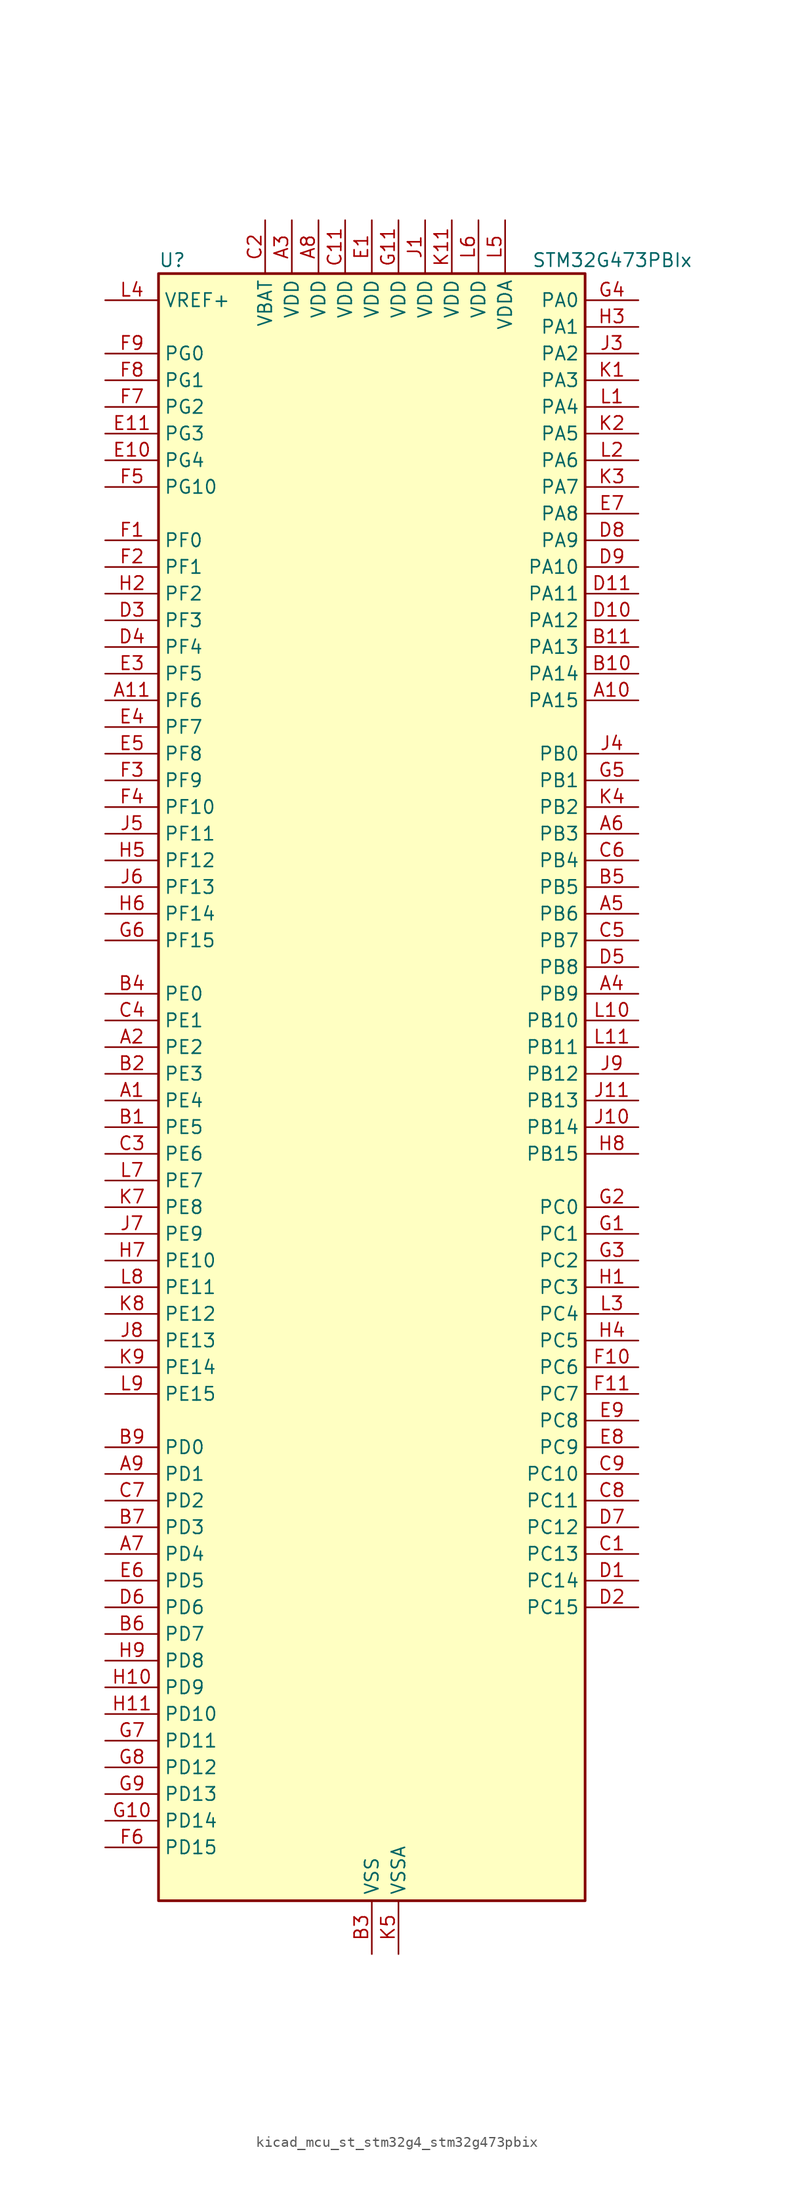
<source format=kicad_sym>
(kicad_symbol_lib
  (version 20220914)
  (generator kicad_symbol_editor)
  (symbol "kicad_mcu_st_stm32g4_stm32g473pbix"
    (property "Reference" "U"
      (at -20.32 80.01 0)
      (effects (font (size 1.27 1.27)) (justify left)))
    (property "Value" "STM32G473PBIx"
      (at 15.24 80.01 0)
      (effects (font (size 1.27 1.27)) (justify left)))
    (property "ki_locked" ""
      (at 0 0 0)
      (effects (font (size 1.27 1.27))))
    (symbol "kicad_mcu_st_stm32g4_stm32g473pbix_0_1"
      (rectangle (start -20.32 -76.2) (end 20.32 78.74) (stroke (width 0.254) (type default)) (fill (type background))))
    (symbol "kicad_mcu_st_stm32g4_stm32g473pbix_1_1"
      (pin bidirectional line (at -25.4 0 0) (length 5.08) (name "PE4" (effects (font (size 1.27 1.27)))) (number "A1" (effects (font (size 1.27 1.27)))) (alternate "FMC_A20" bidirectional line) (alternate "SAI1_D2" bidirectional line) (alternate "SAI1_FS_A" bidirectional line) (alternate "SPI4_NSS" bidirectional line) (alternate "SYS_TRACED1" bidirectional line) (alternate "TIM20_CH1N" bidirectional line) (alternate "TIM3_CH3" bidirectional line))
      (pin bidirectional line (at 25.4 38.1 180) (length 5.08) (name "PA15" (effects (font (size 1.27 1.27)))) (number "A10" (effects (font (size 1.27 1.27)))) (alternate "ADC1_EXTI15" bidirectional line) (alternate "ADC2_EXTI15" bidirectional line) (alternate "FDCAN3_TX" bidirectional line) (alternate "I2C1_SCL" bidirectional line) (alternate "I2S3_WS" bidirectional line) (alternate "SPI1_NSS" bidirectional line) (alternate "SPI3_NSS" bidirectional line) (alternate "SYS_JTDI" bidirectional line) (alternate "TIM1_BKIN" bidirectional line) (alternate "TIM2_CH1" bidirectional line) (alternate "TIM2_ETR" bidirectional line) (alternate "TIM8_CH1" bidirectional line) (alternate "UART4_DE" bidirectional line) (alternate "UART4_RTS" bidirectional line) (alternate "USART2_RX" bidirectional line))
      (pin bidirectional line (at -25.4 38.1 0) (length 5.08) (name "PF6" (effects (font (size 1.27 1.27)))) (number "A11" (effects (font (size 1.27 1.27)))) (alternate "I2C2_SCL" bidirectional line) (alternate "QUADSPI1_BK1_IO3" bidirectional line) (alternate "SAI1_SD_B" bidirectional line) (alternate "TIM4_CH4" bidirectional line) (alternate "TIM5_CH1" bidirectional line) (alternate "TIM5_ETR" bidirectional line) (alternate "USART3_RTS" bidirectional line))
      (pin bidirectional line (at -25.4 5.08 0) (length 5.08) (name "PE2" (effects (font (size 1.27 1.27)))) (number "A2" (effects (font (size 1.27 1.27)))) (alternate "ADC3_EXTI2" bidirectional line) (alternate "ADC4_EXTI2" bidirectional line) (alternate "ADC5_EXTI2" bidirectional line) (alternate "FMC_A23" bidirectional line) (alternate "SAI1_CK1" bidirectional line) (alternate "SAI1_MCLK_A" bidirectional line) (alternate "SPI4_SCK" bidirectional line) (alternate "SYS_TRACECLK" bidirectional line) (alternate "TIM20_CH1" bidirectional line) (alternate "TIM3_CH1" bidirectional line))
      (pin power_in line (at -7.62 83.82 270) (length 5.08) (name "VDD" (effects (font (size 1.27 1.27)))) (number "A3" (effects (font (size 1.27 1.27)))))
      (pin bidirectional line (at 25.4 10.16 180) (length 5.08) (name "PB9" (effects (font (size 1.27 1.27)))) (number "A4" (effects (font (size 1.27 1.27)))) (alternate "COMP2_OUT" bidirectional line) (alternate "DAC1_EXTI9" bidirectional line) (alternate "DAC2_EXTI9" bidirectional line) (alternate "DAC3_EXTI9" bidirectional line) (alternate "DAC4_EXTI9" bidirectional line) (alternate "FDCAN1_TX" bidirectional line) (alternate "I2C1_SDA" bidirectional line) (alternate "IR_OUT" bidirectional line) (alternate "SAI1_D2" bidirectional line) (alternate "SAI1_FS_A" bidirectional line) (alternate "TIM17_CH1" bidirectional line) (alternate "TIM1_CH3N" bidirectional line) (alternate "TIM4_CH4" bidirectional line) (alternate "TIM8_CH3" bidirectional line) (alternate "USART3_TX" bidirectional line))
      (pin bidirectional line (at 25.4 17.78 180) (length 5.08) (name "PB6" (effects (font (size 1.27 1.27)))) (number "A5" (effects (font (size 1.27 1.27)))) (alternate "COMP4_OUT" bidirectional line) (alternate "FDCAN2_TX" bidirectional line) (alternate "LPTIM1_ETR" bidirectional line) (alternate "SAI1_FS_B" bidirectional line) (alternate "TIM16_CH1N" bidirectional line) (alternate "TIM4_CH1" bidirectional line) (alternate "TIM8_BKIN2" bidirectional line) (alternate "TIM8_CH1" bidirectional line) (alternate "TIM8_ETR" bidirectional line) (alternate "UCPD1_CC1" bidirectional line) (alternate "USART1_TX" bidirectional line))
      (pin bidirectional line (at 25.4 25.4 180) (length 5.08) (name "PB3" (effects (font (size 1.27 1.27)))) (number "A6" (effects (font (size 1.27 1.27)))) (alternate "ADC3_EXTI3" bidirectional line) (alternate "ADC4_EXTI3" bidirectional line) (alternate "ADC5_EXTI3" bidirectional line) (alternate "CRS_SYNC" bidirectional line) (alternate "FDCAN3_RX" bidirectional line) (alternate "I2S3_CK" bidirectional line) (alternate "SAI1_SCK_B" bidirectional line) (alternate "SPI1_SCK" bidirectional line) (alternate "SPI3_SCK" bidirectional line) (alternate "SYS_JTDO-SWO" bidirectional line) (alternate "TIM2_CH2" bidirectional line) (alternate "TIM3_ETR" bidirectional line) (alternate "TIM4_ETR" bidirectional line) (alternate "TIM8_CH1N" bidirectional line) (alternate "USART2_TX" bidirectional line))
      (pin bidirectional line (at -25.4 -43.18 0) (length 5.08) (name "PD4" (effects (font (size 1.27 1.27)))) (number "A7" (effects (font (size 1.27 1.27)))) (alternate "FMC_NOE" bidirectional line) (alternate "QUADSPI1_BK2_IO0" bidirectional line) (alternate "TIM2_CH2" bidirectional line) (alternate "USART2_DE" bidirectional line) (alternate "USART2_RTS" bidirectional line))
      (pin power_in line (at -5.08 83.82 270) (length 5.08) (name "VDD" (effects (font (size 1.27 1.27)))) (number "A8" (effects (font (size 1.27 1.27)))))
      (pin bidirectional line (at -25.4 -35.56 0) (length 5.08) (name "PD1" (effects (font (size 1.27 1.27)))) (number "A9" (effects (font (size 1.27 1.27)))) (alternate "FDCAN1_TX" bidirectional line) (alternate "FMC_D3" bidirectional line) (alternate "FMC_DA3" bidirectional line) (alternate "TIM8_BKIN2" bidirectional line) (alternate "TIM8_CH4" bidirectional line))
      (pin bidirectional line (at -25.4 -2.54 0) (length 5.08) (name "PE5" (effects (font (size 1.27 1.27)))) (number "B1" (effects (font (size 1.27 1.27)))) (alternate "FMC_A21" bidirectional line) (alternate "SAI1_CK2" bidirectional line) (alternate "SAI1_SCK_A" bidirectional line) (alternate "SPI4_MISO" bidirectional line) (alternate "SYS_TRACED2" bidirectional line) (alternate "TIM20_CH2N" bidirectional line) (alternate "TIM3_CH4" bidirectional line))
      (pin bidirectional line (at 25.4 40.64 180) (length 5.08) (name "PA14" (effects (font (size 1.27 1.27)))) (number "B10" (effects (font (size 1.27 1.27)))) (alternate "I2C1_SDA" bidirectional line) (alternate "I2C4_SMBA" bidirectional line) (alternate "LPTIM1_OUT" bidirectional line) (alternate "SAI1_FS_B" bidirectional line) (alternate "SYS_JTCK-SWCLK" bidirectional line) (alternate "TIM1_BKIN" bidirectional line) (alternate "TIM8_CH2" bidirectional line) (alternate "USART2_TX" bidirectional line))
      (pin bidirectional line (at 25.4 43.18 180) (length 5.08) (name "PA13" (effects (font (size 1.27 1.27)))) (number "B11" (effects (font (size 1.27 1.27)))) (alternate "I2C1_SCL" bidirectional line) (alternate "I2C4_SCL" bidirectional line) (alternate "IR_OUT" bidirectional line) (alternate "SAI1_SD_B" bidirectional line) (alternate "SYS_JTMS-SWDIO" bidirectional line) (alternate "TIM16_CH1N" bidirectional line) (alternate "TIM4_CH3" bidirectional line) (alternate "USART3_CTS" bidirectional line) (alternate "USART3_NSS" bidirectional line))
      (pin bidirectional line (at -25.4 2.54 0) (length 5.08) (name "PE3" (effects (font (size 1.27 1.27)))) (number "B2" (effects (font (size 1.27 1.27)))) (alternate "ADC3_EXTI3" bidirectional line) (alternate "ADC4_EXTI3" bidirectional line) (alternate "ADC5_EXTI3" bidirectional line) (alternate "FMC_A19" bidirectional line) (alternate "SAI1_SD_B" bidirectional line) (alternate "SPI4_NSS" bidirectional line) (alternate "SYS_TRACED0" bidirectional line) (alternate "TIM20_CH2" bidirectional line) (alternate "TIM3_CH2" bidirectional line))
      (pin power_in line (at 0 -81.28 90) (length 5.08) (name "VSS" (effects (font (size 1.27 1.27)))) (number "B3" (effects (font (size 1.27 1.27)))))
      (pin bidirectional line (at -25.4 10.16 0) (length 5.08) (name "PE0" (effects (font (size 1.27 1.27)))) (number "B4" (effects (font (size 1.27 1.27)))) (alternate "FMC_NBL0" bidirectional line) (alternate "TIM16_CH1" bidirectional line) (alternate "TIM20_CH4N" bidirectional line) (alternate "TIM20_ETR" bidirectional line) (alternate "TIM4_ETR" bidirectional line) (alternate "USART1_TX" bidirectional line))
      (pin bidirectional line (at 25.4 20.32 180) (length 5.08) (name "PB5" (effects (font (size 1.27 1.27)))) (number "B5" (effects (font (size 1.27 1.27)))) (alternate "FDCAN2_RX" bidirectional line) (alternate "I2C1_SMBA" bidirectional line) (alternate "I2C3_SDA" bidirectional line) (alternate "I2S3_SD" bidirectional line) (alternate "LPTIM1_IN1" bidirectional line) (alternate "SAI1_SD_B" bidirectional line) (alternate "SPI1_MOSI" bidirectional line) (alternate "SPI3_MOSI" bidirectional line) (alternate "TIM16_BKIN" bidirectional line) (alternate "TIM17_CH1" bidirectional line) (alternate "TIM3_CH2" bidirectional line) (alternate "TIM8_CH3N" bidirectional line) (alternate "UART5_CTS" bidirectional line) (alternate "USART2_CK" bidirectional line))
      (pin bidirectional line (at -25.4 -50.8 0) (length 5.08) (name "PD7" (effects (font (size 1.27 1.27)))) (number "B6" (effects (font (size 1.27 1.27)))) (alternate "FMC_NCE" bidirectional line) (alternate "FMC_NE1" bidirectional line) (alternate "QUADSPI1_BK2_IO3" bidirectional line) (alternate "TIM2_CH3" bidirectional line) (alternate "USART2_CK" bidirectional line))
      (pin bidirectional line (at -25.4 -40.64 0) (length 5.08) (name "PD3" (effects (font (size 1.27 1.27)))) (number "B7" (effects (font (size 1.27 1.27)))) (alternate "ADC3_EXTI3" bidirectional line) (alternate "ADC4_EXTI3" bidirectional line) (alternate "ADC5_EXTI3" bidirectional line) (alternate "FMC_CLK" bidirectional line) (alternate "QUADSPI1_BK2_NCS" bidirectional line) (alternate "TIM2_CH1" bidirectional line) (alternate "TIM2_ETR" bidirectional line) (alternate "USART2_CTS" bidirectional line) (alternate "USART2_NSS" bidirectional line))
      (pin passive line (at 0 -81.28 90) (length 5.08) hide (name "VSS" (effects (font (size 1.27 1.27)))) (number "B8" (effects (font (size 1.27 1.27)))))
      (pin bidirectional line (at -25.4 -33.02 0) (length 5.08) (name "PD0" (effects (font (size 1.27 1.27)))) (number "B9" (effects (font (size 1.27 1.27)))) (alternate "FDCAN1_RX" bidirectional line) (alternate "FMC_D2" bidirectional line) (alternate "FMC_DA2" bidirectional line) (alternate "TIM8_CH4N" bidirectional line))
      (pin bidirectional line (at 25.4 -43.18 180) (length 5.08) (name "PC13" (effects (font (size 1.27 1.27)))) (number "C1" (effects (font (size 1.27 1.27)))) (alternate "RTC_OUT1" bidirectional line) (alternate "RTC_TAMP1" bidirectional line) (alternate "RTC_TS" bidirectional line) (alternate "SYS_WKUP2" bidirectional line) (alternate "TIM1_BKIN" bidirectional line) (alternate "TIM1_CH1N" bidirectional line) (alternate "TIM8_CH4N" bidirectional line))
      (pin passive line (at 0 -81.28 90) (length 5.08) hide (name "VSS" (effects (font (size 1.27 1.27)))) (number "C10" (effects (font (size 1.27 1.27)))))
      (pin power_in line (at -2.54 83.82 270) (length 5.08) (name "VDD" (effects (font (size 1.27 1.27)))) (number "C11" (effects (font (size 1.27 1.27)))))
      (pin power_in line (at -10.16 83.82 270) (length 5.08) (name "VBAT" (effects (font (size 1.27 1.27)))) (number "C2" (effects (font (size 1.27 1.27)))))
      (pin bidirectional line (at -25.4 -5.08 0) (length 5.08) (name "PE6" (effects (font (size 1.27 1.27)))) (number "C3" (effects (font (size 1.27 1.27)))) (alternate "FMC_A22" bidirectional line) (alternate "RTC_TAMP3" bidirectional line) (alternate "SAI1_D1" bidirectional line) (alternate "SAI1_SD_A" bidirectional line) (alternate "SPI4_MOSI" bidirectional line) (alternate "SYS_TRACED3" bidirectional line) (alternate "SYS_WKUP3" bidirectional line) (alternate "TIM20_CH3N" bidirectional line))
      (pin bidirectional line (at -25.4 7.62 0) (length 5.08) (name "PE1" (effects (font (size 1.27 1.27)))) (number "C4" (effects (font (size 1.27 1.27)))) (alternate "FMC_NBL1" bidirectional line) (alternate "TIM17_CH1" bidirectional line) (alternate "TIM20_CH4" bidirectional line) (alternate "USART1_RX" bidirectional line))
      (pin bidirectional line (at 25.4 15.24 180) (length 5.08) (name "PB7" (effects (font (size 1.27 1.27)))) (number "C5" (effects (font (size 1.27 1.27)))) (alternate "COMP3_OUT" bidirectional line) (alternate "FMC_NL" bidirectional line) (alternate "I2C1_SDA" bidirectional line) (alternate "I2C4_SDA" bidirectional line) (alternate "LPTIM1_IN2" bidirectional line) (alternate "SYS_PVD_IN" bidirectional line) (alternate "TIM17_CH1N" bidirectional line) (alternate "TIM3_CH4" bidirectional line) (alternate "TIM4_CH2" bidirectional line) (alternate "TIM8_BKIN" bidirectional line) (alternate "UART4_CTS" bidirectional line) (alternate "USART1_RX" bidirectional line))
      (pin bidirectional line (at 25.4 22.86 180) (length 5.08) (name "PB4" (effects (font (size 1.27 1.27)))) (number "C6" (effects (font (size 1.27 1.27)))) (alternate "FDCAN3_TX" bidirectional line) (alternate "SAI1_MCLK_B" bidirectional line) (alternate "SPI1_MISO" bidirectional line) (alternate "SPI3_MISO" bidirectional line) (alternate "SYS_JTRST" bidirectional line) (alternate "TIM16_CH1" bidirectional line) (alternate "TIM17_BKIN" bidirectional line) (alternate "TIM3_CH1" bidirectional line) (alternate "TIM8_CH2N" bidirectional line) (alternate "UART5_DE" bidirectional line) (alternate "UART5_RTS" bidirectional line) (alternate "UCPD1_CC2" bidirectional line) (alternate "USART2_RX" bidirectional line))
      (pin bidirectional line (at -25.4 -38.1 0) (length 5.08) (name "PD2" (effects (font (size 1.27 1.27)))) (number "C7" (effects (font (size 1.27 1.27)))) (alternate "ADC3_EXTI2" bidirectional line) (alternate "ADC4_EXTI2" bidirectional line) (alternate "ADC5_EXTI2" bidirectional line) (alternate "TIM3_ETR" bidirectional line) (alternate "TIM8_BKIN" bidirectional line) (alternate "UART5_RX" bidirectional line))
      (pin bidirectional line (at 25.4 -38.1 180) (length 5.08) (name "PC11" (effects (font (size 1.27 1.27)))) (number "C8" (effects (font (size 1.27 1.27)))) (alternate "ADC1_EXTI11" bidirectional line) (alternate "ADC2_EXTI11" bidirectional line) (alternate "I2C3_SDA" bidirectional line) (alternate "SPI3_MISO" bidirectional line) (alternate "TIM8_CH2N" bidirectional line) (alternate "UART4_RX" bidirectional line) (alternate "USART3_RX" bidirectional line))
      (pin bidirectional line (at 25.4 -35.56 180) (length 5.08) (name "PC10" (effects (font (size 1.27 1.27)))) (number "C9" (effects (font (size 1.27 1.27)))) (alternate "DAC1_EXTI10" bidirectional line) (alternate "DAC2_EXTI10" bidirectional line) (alternate "DAC3_EXTI10" bidirectional line) (alternate "DAC4_EXTI10" bidirectional line) (alternate "I2S3_CK" bidirectional line) (alternate "SPI3_SCK" bidirectional line) (alternate "TIM8_CH1N" bidirectional line) (alternate "UART4_TX" bidirectional line) (alternate "USART3_TX" bidirectional line))
      (pin bidirectional line (at 25.4 -45.72 180) (length 5.08) (name "PC14" (effects (font (size 1.27 1.27)))) (number "D1" (effects (font (size 1.27 1.27)))) (alternate "RCC_OSC32_IN" bidirectional line))
      (pin bidirectional line (at 25.4 45.72 180) (length 5.08) (name "PA12" (effects (font (size 1.27 1.27)))) (number "D10" (effects (font (size 1.27 1.27)))) (alternate "COMP2_OUT" bidirectional line) (alternate "FDCAN1_TX" bidirectional line) (alternate "I2S_CKIN" bidirectional line) (alternate "TIM16_CH1" bidirectional line) (alternate "TIM1_CH2N" bidirectional line) (alternate "TIM1_ETR" bidirectional line) (alternate "TIM4_CH2" bidirectional line) (alternate "USART1_DE" bidirectional line) (alternate "USART1_RTS" bidirectional line) (alternate "USB_DP" bidirectional line))
      (pin bidirectional line (at 25.4 48.26 180) (length 5.08) (name "PA11" (effects (font (size 1.27 1.27)))) (number "D11" (effects (font (size 1.27 1.27)))) (alternate "ADC1_EXTI11" bidirectional line) (alternate "ADC2_EXTI11" bidirectional line) (alternate "COMP1_OUT" bidirectional line) (alternate "FDCAN1_RX" bidirectional line) (alternate "I2S2_SD" bidirectional line) (alternate "SPI2_MOSI" bidirectional line) (alternate "TIM1_BKIN2" bidirectional line) (alternate "TIM1_CH1N" bidirectional line) (alternate "TIM1_CH4" bidirectional line) (alternate "TIM4_CH1" bidirectional line) (alternate "USART1_CTS" bidirectional line) (alternate "USART1_NSS" bidirectional line) (alternate "USB_DM" bidirectional line))
      (pin bidirectional line (at 25.4 -48.26 180) (length 5.08) (name "PC15" (effects (font (size 1.27 1.27)))) (number "D2" (effects (font (size 1.27 1.27)))) (alternate "ADC1_EXTI15" bidirectional line) (alternate "ADC2_EXTI15" bidirectional line) (alternate "RCC_OSC32_OUT" bidirectional line))
      (pin bidirectional line (at -25.4 45.72 0) (length 5.08) (name "PF3" (effects (font (size 1.27 1.27)))) (number "D3" (effects (font (size 1.27 1.27)))) (alternate "ADC3_EXTI3" bidirectional line) (alternate "ADC4_EXTI3" bidirectional line) (alternate "ADC5_EXTI3" bidirectional line) (alternate "FMC_A3" bidirectional line) (alternate "I2C3_SCL" bidirectional line) (alternate "TIM20_CH4" bidirectional line))
      (pin bidirectional line (at -25.4 43.18 0) (length 5.08) (name "PF4" (effects (font (size 1.27 1.27)))) (number "D4" (effects (font (size 1.27 1.27)))) (alternate "COMP1_OUT" bidirectional line) (alternate "FMC_A4" bidirectional line) (alternate "I2C3_SDA" bidirectional line) (alternate "TIM20_CH1N" bidirectional line))
      (pin bidirectional line (at 25.4 12.7 180) (length 5.08) (name "PB8" (effects (font (size 1.27 1.27)))) (number "D5" (effects (font (size 1.27 1.27)))) (alternate "COMP1_OUT" bidirectional line) (alternate "FDCAN1_RX" bidirectional line) (alternate "I2C1_SCL" bidirectional line) (alternate "SAI1_CK1" bidirectional line) (alternate "SAI1_MCLK_A" bidirectional line) (alternate "TIM16_CH1" bidirectional line) (alternate "TIM1_BKIN" bidirectional line) (alternate "TIM4_CH3" bidirectional line) (alternate "TIM8_CH2" bidirectional line) (alternate "USART3_RX" bidirectional line))
      (pin bidirectional line (at -25.4 -48.26 0) (length 5.08) (name "PD6" (effects (font (size 1.27 1.27)))) (number "D6" (effects (font (size 1.27 1.27)))) (alternate "FMC_NWAIT" bidirectional line) (alternate "QUADSPI1_BK2_IO2" bidirectional line) (alternate "SAI1_D1" bidirectional line) (alternate "SAI1_SD_A" bidirectional line) (alternate "TIM2_CH4" bidirectional line) (alternate "USART2_RX" bidirectional line))
      (pin bidirectional line (at 25.4 -40.64 180) (length 5.08) (name "PC12" (effects (font (size 1.27 1.27)))) (number "D7" (effects (font (size 1.27 1.27)))) (alternate "I2S3_SD" bidirectional line) (alternate "SPI3_MOSI" bidirectional line) (alternate "TIM5_CH2" bidirectional line) (alternate "TIM8_CH3N" bidirectional line) (alternate "UART5_TX" bidirectional line) (alternate "UCPD1_FRSTX1" bidirectional line) (alternate "UCPD1_FRSTX2" bidirectional line) (alternate "USART3_CK" bidirectional line))
      (pin bidirectional line (at 25.4 53.34 180) (length 5.08) (name "PA9" (effects (font (size 1.27 1.27)))) (number "D8" (effects (font (size 1.27 1.27)))) (alternate "ADC5_IN2" bidirectional line) (alternate "COMP5_OUT" bidirectional line) (alternate "DAC1_EXTI9" bidirectional line) (alternate "DAC2_EXTI9" bidirectional line) (alternate "DAC3_EXTI9" bidirectional line) (alternate "DAC4_EXTI9" bidirectional line) (alternate "I2C2_SCL" bidirectional line) (alternate "I2C3_SMBA" bidirectional line) (alternate "I2S3_MCK" bidirectional line) (alternate "SAI1_FS_A" bidirectional line) (alternate "TIM15_BKIN" bidirectional line) (alternate "TIM1_CH2" bidirectional line) (alternate "TIM2_CH3" bidirectional line) (alternate "UCPD1_DBCC1" bidirectional line) (alternate "USART1_TX" bidirectional line))
      (pin bidirectional line (at 25.4 50.8 180) (length 5.08) (name "PA10" (effects (font (size 1.27 1.27)))) (number "D9" (effects (font (size 1.27 1.27)))) (alternate "COMP6_OUT" bidirectional line) (alternate "CRS_SYNC" bidirectional line) (alternate "DAC1_EXTI10" bidirectional line) (alternate "DAC2_EXTI10" bidirectional line) (alternate "DAC3_EXTI10" bidirectional line) (alternate "DAC4_EXTI10" bidirectional line) (alternate "I2C2_SMBA" bidirectional line) (alternate "SAI1_D1" bidirectional line) (alternate "SAI1_SD_A" bidirectional line) (alternate "SPI2_MISO" bidirectional line) (alternate "TIM17_BKIN" bidirectional line) (alternate "TIM1_CH3" bidirectional line) (alternate "TIM2_CH4" bidirectional line) (alternate "TIM8_BKIN" bidirectional line) (alternate "UCPD1_DBCC2" bidirectional line) (alternate "USART1_RX" bidirectional line))
      (pin power_in line (at 0 83.82 270) (length 5.08) (name "VDD" (effects (font (size 1.27 1.27)))) (number "E1" (effects (font (size 1.27 1.27)))))
      (pin bidirectional line (at -25.4 60.96 0) (length 5.08) (name "PG4" (effects (font (size 1.27 1.27)))) (number "E10" (effects (font (size 1.27 1.27)))) (alternate "FMC_A14" bidirectional line) (alternate "I2C4_SDA" bidirectional line) (alternate "SPI1_MOSI" bidirectional line) (alternate "TIM20_BKIN2" bidirectional line))
      (pin bidirectional line (at -25.4 63.5 0) (length 5.08) (name "PG3" (effects (font (size 1.27 1.27)))) (number "E11" (effects (font (size 1.27 1.27)))) (alternate "ADC3_EXTI3" bidirectional line) (alternate "ADC4_EXTI3" bidirectional line) (alternate "ADC5_EXTI3" bidirectional line) (alternate "FMC_A13" bidirectional line) (alternate "I2C4_SCL" bidirectional line) (alternate "SPI1_MISO" bidirectional line) (alternate "TIM20_BKIN" bidirectional line) (alternate "TIM20_CH4N" bidirectional line))
      (pin passive line (at 0 -81.28 90) (length 5.08) hide (name "VSS" (effects (font (size 1.27 1.27)))) (number "E2" (effects (font (size 1.27 1.27)))))
      (pin bidirectional line (at -25.4 40.64 0) (length 5.08) (name "PF5" (effects (font (size 1.27 1.27)))) (number "E3" (effects (font (size 1.27 1.27)))) (alternate "FMC_A5" bidirectional line) (alternate "TIM20_CH2N" bidirectional line))
      (pin bidirectional line (at -25.4 35.56 0) (length 5.08) (name "PF7" (effects (font (size 1.27 1.27)))) (number "E4" (effects (font (size 1.27 1.27)))) (alternate "FMC_A1" bidirectional line) (alternate "QUADSPI1_BK1_IO2" bidirectional line) (alternate "SAI1_MCLK_B" bidirectional line) (alternate "TIM20_BKIN" bidirectional line) (alternate "TIM5_CH2" bidirectional line))
      (pin bidirectional line (at -25.4 33.02 0) (length 5.08) (name "PF8" (effects (font (size 1.27 1.27)))) (number "E5" (effects (font (size 1.27 1.27)))) (alternate "FMC_A24" bidirectional line) (alternate "QUADSPI1_BK1_IO0" bidirectional line) (alternate "SAI1_SCK_B" bidirectional line) (alternate "TIM20_BKIN2" bidirectional line) (alternate "TIM5_CH3" bidirectional line))
      (pin bidirectional line (at -25.4 -45.72 0) (length 5.08) (name "PD5" (effects (font (size 1.27 1.27)))) (number "E6" (effects (font (size 1.27 1.27)))) (alternate "FMC_NWE" bidirectional line) (alternate "QUADSPI1_BK2_IO1" bidirectional line) (alternate "USART2_TX" bidirectional line))
      (pin bidirectional line (at 25.4 55.88 180) (length 5.08) (name "PA8" (effects (font (size 1.27 1.27)))) (number "E7" (effects (font (size 1.27 1.27)))) (alternate "ADC5_IN1" bidirectional line) (alternate "COMP7_OUT" bidirectional line) (alternate "FDCAN3_RX" bidirectional line) (alternate "I2C2_SDA" bidirectional line) (alternate "I2C3_SCL" bidirectional line) (alternate "I2S2_MCK" bidirectional line) (alternate "OPAMP5_VOUT" bidirectional line) (alternate "RCC_MCO" bidirectional line) (alternate "SAI1_CK2" bidirectional line) (alternate "SAI1_SCK_A" bidirectional line) (alternate "TIM1_CH1" bidirectional line) (alternate "TIM4_ETR" bidirectional line) (alternate "USART1_CK" bidirectional line))
      (pin bidirectional line (at 25.4 -33.02 180) (length 5.08) (name "PC9" (effects (font (size 1.27 1.27)))) (number "E8" (effects (font (size 1.27 1.27)))) (alternate "DAC1_EXTI9" bidirectional line) (alternate "DAC2_EXTI9" bidirectional line) (alternate "DAC3_EXTI9" bidirectional line) (alternate "DAC4_EXTI9" bidirectional line) (alternate "I2C3_SDA" bidirectional line) (alternate "I2S_CKIN" bidirectional line) (alternate "TIM3_CH4" bidirectional line) (alternate "TIM8_BKIN2" bidirectional line) (alternate "TIM8_CH4" bidirectional line))
      (pin bidirectional line (at 25.4 -30.48 180) (length 5.08) (name "PC8" (effects (font (size 1.27 1.27)))) (number "E9" (effects (font (size 1.27 1.27)))) (alternate "COMP7_OUT" bidirectional line) (alternate "I2C3_SCL" bidirectional line) (alternate "TIM20_CH3" bidirectional line) (alternate "TIM3_CH3" bidirectional line) (alternate "TIM8_CH3" bidirectional line))
      (pin bidirectional line (at -25.4 53.34 0) (length 5.08) (name "PF0" (effects (font (size 1.27 1.27)))) (number "F1" (effects (font (size 1.27 1.27)))) (alternate "ADC1_IN10" bidirectional line) (alternate "I2C2_SDA" bidirectional line) (alternate "I2S2_WS" bidirectional line) (alternate "RCC_OSC_IN" bidirectional line) (alternate "SPI2_NSS" bidirectional line) (alternate "TIM1_CH3N" bidirectional line))
      (pin bidirectional line (at 25.4 -25.4 180) (length 5.08) (name "PC6" (effects (font (size 1.27 1.27)))) (number "F10" (effects (font (size 1.27 1.27)))) (alternate "COMP6_OUT" bidirectional line) (alternate "I2C4_SCL" bidirectional line) (alternate "I2S2_MCK" bidirectional line) (alternate "TIM3_CH1" bidirectional line) (alternate "TIM8_CH1" bidirectional line))
      (pin bidirectional line (at 25.4 -27.94 180) (length 5.08) (name "PC7" (effects (font (size 1.27 1.27)))) (number "F11" (effects (font (size 1.27 1.27)))) (alternate "COMP5_OUT" bidirectional line) (alternate "I2C4_SDA" bidirectional line) (alternate "I2S3_MCK" bidirectional line) (alternate "TIM3_CH2" bidirectional line) (alternate "TIM8_CH2" bidirectional line))
      (pin bidirectional line (at -25.4 50.8 0) (length 5.08) (name "PF1" (effects (font (size 1.27 1.27)))) (number "F2" (effects (font (size 1.27 1.27)))) (alternate "ADC2_IN10" bidirectional line) (alternate "COMP3_INM" bidirectional line) (alternate "I2S2_CK" bidirectional line) (alternate "RCC_OSC_OUT" bidirectional line) (alternate "SPI2_SCK" bidirectional line))
      (pin bidirectional line (at -25.4 30.48 0) (length 5.08) (name "PF9" (effects (font (size 1.27 1.27)))) (number "F3" (effects (font (size 1.27 1.27)))) (alternate "DAC1_EXTI9" bidirectional line) (alternate "DAC2_EXTI9" bidirectional line) (alternate "DAC3_EXTI9" bidirectional line) (alternate "DAC4_EXTI9" bidirectional line) (alternate "FMC_A25" bidirectional line) (alternate "QUADSPI1_BK1_IO1" bidirectional line) (alternate "SAI1_FS_B" bidirectional line) (alternate "SPI2_SCK" bidirectional line) (alternate "TIM15_CH1" bidirectional line) (alternate "TIM20_BKIN" bidirectional line) (alternate "TIM5_CH4" bidirectional line))
      (pin bidirectional line (at -25.4 27.94 0) (length 5.08) (name "PF10" (effects (font (size 1.27 1.27)))) (number "F4" (effects (font (size 1.27 1.27)))) (alternate "DAC1_EXTI10" bidirectional line) (alternate "DAC2_EXTI10" bidirectional line) (alternate "DAC3_EXTI10" bidirectional line) (alternate "DAC4_EXTI10" bidirectional line) (alternate "FMC_A0" bidirectional line) (alternate "QUADSPI1_CLK" bidirectional line) (alternate "SAI1_D3" bidirectional line) (alternate "SPI2_SCK" bidirectional line) (alternate "TIM15_CH2" bidirectional line) (alternate "TIM20_BKIN2" bidirectional line))
      (pin bidirectional line (at -25.4 58.42 0) (length 5.08) (name "PG10" (effects (font (size 1.27 1.27)))) (number "F5" (effects (font (size 1.27 1.27)))) (alternate "DAC1_EXTI10" bidirectional line) (alternate "DAC2_EXTI10" bidirectional line) (alternate "DAC3_EXTI10" bidirectional line) (alternate "DAC4_EXTI10" bidirectional line) (alternate "RCC_MCO" bidirectional line))
      (pin bidirectional line (at -25.4 -71.12 0) (length 5.08) (name "PD15" (effects (font (size 1.27 1.27)))) (number "F6" (effects (font (size 1.27 1.27)))) (alternate "ADC1_EXTI15" bidirectional line) (alternate "ADC2_EXTI15" bidirectional line) (alternate "COMP7_INM" bidirectional line) (alternate "FMC_D1" bidirectional line) (alternate "FMC_DA1" bidirectional line) (alternate "SPI2_NSS" bidirectional line) (alternate "TIM4_CH4" bidirectional line))
      (pin bidirectional line (at -25.4 66.04 0) (length 5.08) (name "PG2" (effects (font (size 1.27 1.27)))) (number "F7" (effects (font (size 1.27 1.27)))) (alternate "ADC3_EXTI2" bidirectional line) (alternate "ADC4_EXTI2" bidirectional line) (alternate "ADC5_EXTI2" bidirectional line) (alternate "FMC_A12" bidirectional line) (alternate "SPI1_SCK" bidirectional line) (alternate "TIM20_CH3N" bidirectional line))
      (pin bidirectional line (at -25.4 68.58 0) (length 5.08) (name "PG1" (effects (font (size 1.27 1.27)))) (number "F8" (effects (font (size 1.27 1.27)))) (alternate "FMC_A11" bidirectional line) (alternate "TIM20_CH2N" bidirectional line))
      (pin bidirectional line (at -25.4 71.12 0) (length 5.08) (name "PG0" (effects (font (size 1.27 1.27)))) (number "F9" (effects (font (size 1.27 1.27)))) (alternate "FMC_A10" bidirectional line) (alternate "TIM20_CH1N" bidirectional line))
      (pin bidirectional line (at 25.4 -12.7 180) (length 5.08) (name "PC1" (effects (font (size 1.27 1.27)))) (number "G1" (effects (font (size 1.27 1.27)))) (alternate "ADC1_IN7" bidirectional line) (alternate "ADC2_IN7" bidirectional line) (alternate "COMP3_INP" bidirectional line) (alternate "LPTIM1_OUT" bidirectional line) (alternate "LPUART1_TX" bidirectional line) (alternate "QUADSPI1_BK2_IO0" bidirectional line) (alternate "SAI1_SD_A" bidirectional line) (alternate "TIM1_CH2" bidirectional line))
      (pin bidirectional line (at -25.4 -68.58 0) (length 5.08) (name "PD14" (effects (font (size 1.27 1.27)))) (number "G10" (effects (font (size 1.27 1.27)))) (alternate "ADC3_IN11" bidirectional line) (alternate "ADC4_IN11" bidirectional line) (alternate "ADC5_IN11" bidirectional line) (alternate "COMP7_INP" bidirectional line) (alternate "FMC_D0" bidirectional line) (alternate "FMC_DA0" bidirectional line) (alternate "OPAMP2_VINP" bidirectional line) (alternate "OPAMP2_VINP_SEC" bidirectional line) (alternate "TIM4_CH3" bidirectional line))
      (pin power_in line (at 2.54 83.82 270) (length 5.08) (name "VDD" (effects (font (size 1.27 1.27)))) (number "G11" (effects (font (size 1.27 1.27)))))
      (pin bidirectional line (at 25.4 -10.16 180) (length 5.08) (name "PC0" (effects (font (size 1.27 1.27)))) (number "G2" (effects (font (size 1.27 1.27)))) (alternate "ADC1_IN6" bidirectional line) (alternate "ADC2_IN6" bidirectional line) (alternate "COMP3_INM" bidirectional line) (alternate "LPTIM1_IN1" bidirectional line) (alternate "LPUART1_RX" bidirectional line) (alternate "TIM1_CH1" bidirectional line))
      (pin bidirectional line (at 25.4 -15.24 180) (length 5.08) (name "PC2" (effects (font (size 1.27 1.27)))) (number "G3" (effects (font (size 1.27 1.27)))) (alternate "ADC1_IN8" bidirectional line) (alternate "ADC2_IN8" bidirectional line) (alternate "ADC3_EXTI2" bidirectional line) (alternate "ADC4_EXTI2" bidirectional line) (alternate "ADC5_EXTI2" bidirectional line) (alternate "COMP3_OUT" bidirectional line) (alternate "LPTIM1_IN2" bidirectional line) (alternate "QUADSPI1_BK2_IO1" bidirectional line) (alternate "TIM1_CH3" bidirectional line) (alternate "TIM20_CH2" bidirectional line))
      (pin bidirectional line (at 25.4 76.2 180) (length 5.08) (name "PA0" (effects (font (size 1.27 1.27)))) (number "G4" (effects (font (size 1.27 1.27)))) (alternate "ADC1_IN1" bidirectional line) (alternate "ADC2_IN1" bidirectional line) (alternate "COMP1_INM" bidirectional line) (alternate "COMP1_OUT" bidirectional line) (alternate "COMP3_INP" bidirectional line) (alternate "RTC_TAMP2" bidirectional line) (alternate "SYS_WKUP1" bidirectional line) (alternate "TIM2_CH1" bidirectional line) (alternate "TIM2_ETR" bidirectional line) (alternate "TIM5_CH1" bidirectional line) (alternate "TIM8_BKIN" bidirectional line) (alternate "TIM8_ETR" bidirectional line) (alternate "USART2_CTS" bidirectional line) (alternate "USART2_NSS" bidirectional line))
      (pin bidirectional line (at 25.4 30.48 180) (length 5.08) (name "PB1" (effects (font (size 1.27 1.27)))) (number "G5" (effects (font (size 1.27 1.27)))) (alternate "ADC1_IN12" bidirectional line) (alternate "ADC3_IN1" bidirectional line) (alternate "COMP1_INP" bidirectional line) (alternate "COMP4_OUT" bidirectional line) (alternate "LPUART1_DE" bidirectional line) (alternate "LPUART1_RTS" bidirectional line) (alternate "OPAMP3_VOUT" bidirectional line) (alternate "OPAMP6_VINM" bidirectional line) (alternate "OPAMP6_VINM1" bidirectional line) (alternate "OPAMP6_VINM_SEC" bidirectional line) (alternate "QUADSPI1_BK1_IO0" bidirectional line) (alternate "TIM1_CH3N" bidirectional line) (alternate "TIM3_CH4" bidirectional line) (alternate "TIM8_CH3N" bidirectional line))
      (pin bidirectional line (at -25.4 15.24 0) (length 5.08) (name "PF15" (effects (font (size 1.27 1.27)))) (number "G6" (effects (font (size 1.27 1.27)))) (alternate "ADC1_EXTI15" bidirectional line) (alternate "ADC2_EXTI15" bidirectional line) (alternate "FMC_A9" bidirectional line) (alternate "I2C4_SDA" bidirectional line) (alternate "TIM20_CH4" bidirectional line))
      (pin bidirectional line (at -25.4 -60.96 0) (length 5.08) (name "PD11" (effects (font (size 1.27 1.27)))) (number "G7" (effects (font (size 1.27 1.27)))) (alternate "ADC1_EXTI11" bidirectional line) (alternate "ADC2_EXTI11" bidirectional line) (alternate "ADC3_IN8" bidirectional line) (alternate "ADC4_IN8" bidirectional line) (alternate "ADC5_IN8" bidirectional line) (alternate "COMP6_INP" bidirectional line) (alternate "FMC_A16" bidirectional line) (alternate "FMC_CLE" bidirectional line) (alternate "I2C4_SMBA" bidirectional line) (alternate "OPAMP4_VINP" bidirectional line) (alternate "OPAMP4_VINP_SEC" bidirectional line) (alternate "TIM5_ETR" bidirectional line) (alternate "USART3_CTS" bidirectional line) (alternate "USART3_NSS" bidirectional line))
      (pin bidirectional line (at -25.4 -63.5 0) (length 5.08) (name "PD12" (effects (font (size 1.27 1.27)))) (number "G8" (effects (font (size 1.27 1.27)))) (alternate "ADC3_IN9" bidirectional line) (alternate "ADC4_IN9" bidirectional line) (alternate "ADC5_IN9" bidirectional line) (alternate "COMP5_INP" bidirectional line) (alternate "FMC_A17" bidirectional line) (alternate "FMC_ALE" bidirectional line) (alternate "OPAMP5_VINP" bidirectional line) (alternate "OPAMP5_VINP_SEC" bidirectional line) (alternate "TIM4_CH1" bidirectional line) (alternate "USART3_DE" bidirectional line) (alternate "USART3_RTS" bidirectional line))
      (pin bidirectional line (at -25.4 -66.04 0) (length 5.08) (name "PD13" (effects (font (size 1.27 1.27)))) (number "G9" (effects (font (size 1.27 1.27)))) (alternate "ADC3_IN10" bidirectional line) (alternate "ADC4_IN10" bidirectional line) (alternate "ADC5_IN10" bidirectional line) (alternate "COMP5_INM" bidirectional line) (alternate "FMC_A18" bidirectional line) (alternate "TIM4_CH2" bidirectional line))
      (pin bidirectional line (at 25.4 -17.78 180) (length 5.08) (name "PC3" (effects (font (size 1.27 1.27)))) (number "H1" (effects (font (size 1.27 1.27)))) (alternate "ADC1_IN9" bidirectional line) (alternate "ADC2_IN9" bidirectional line) (alternate "ADC3_EXTI3" bidirectional line) (alternate "ADC4_EXTI3" bidirectional line) (alternate "ADC5_EXTI3" bidirectional line) (alternate "LPTIM1_ETR" bidirectional line) (alternate "OPAMP5_VINP" bidirectional line) (alternate "OPAMP5_VINP_SEC" bidirectional line) (alternate "QUADSPI1_BK2_IO2" bidirectional line) (alternate "SAI1_D1" bidirectional line) (alternate "SAI1_SD_A" bidirectional line) (alternate "TIM1_BKIN2" bidirectional line) (alternate "TIM1_CH4" bidirectional line))
      (pin bidirectional line (at -25.4 -55.88 0) (length 5.08) (name "PD9" (effects (font (size 1.27 1.27)))) (number "H10" (effects (font (size 1.27 1.27)))) (alternate "ADC4_IN13" bidirectional line) (alternate "ADC5_IN13" bidirectional line) (alternate "DAC1_EXTI9" bidirectional line) (alternate "DAC2_EXTI9" bidirectional line) (alternate "DAC3_EXTI9" bidirectional line) (alternate "DAC4_EXTI9" bidirectional line) (alternate "FMC_D14" bidirectional line) (alternate "FMC_DA14" bidirectional line) (alternate "OPAMP6_VINP" bidirectional line) (alternate "OPAMP6_VINP_SEC" bidirectional line) (alternate "USART3_RX" bidirectional line))
      (pin bidirectional line (at -25.4 -58.42 0) (length 5.08) (name "PD10" (effects (font (size 1.27 1.27)))) (number "H11" (effects (font (size 1.27 1.27)))) (alternate "ADC3_IN7" bidirectional line) (alternate "ADC4_IN7" bidirectional line) (alternate "ADC5_IN7" bidirectional line) (alternate "COMP6_INM" bidirectional line) (alternate "DAC1_EXTI10" bidirectional line) (alternate "DAC2_EXTI10" bidirectional line) (alternate "DAC3_EXTI10" bidirectional line) (alternate "DAC4_EXTI10" bidirectional line) (alternate "FMC_D15" bidirectional line) (alternate "FMC_DA15" bidirectional line) (alternate "USART3_CK" bidirectional line))
      (pin bidirectional line (at -25.4 48.26 0) (length 5.08) (name "PF2" (effects (font (size 1.27 1.27)))) (number "H2" (effects (font (size 1.27 1.27)))) (alternate "ADC3_EXTI2" bidirectional line) (alternate "ADC4_EXTI2" bidirectional line) (alternate "ADC5_EXTI2" bidirectional line) (alternate "FMC_A2" bidirectional line) (alternate "I2C2_SMBA" bidirectional line) (alternate "TIM20_CH3" bidirectional line))
      (pin bidirectional line (at 25.4 73.66 180) (length 5.08) (name "PA1" (effects (font (size 1.27 1.27)))) (number "H3" (effects (font (size 1.27 1.27)))) (alternate "ADC1_IN2" bidirectional line) (alternate "ADC2_IN2" bidirectional line) (alternate "COMP1_INP" bidirectional line) (alternate "OPAMP1_VINP" bidirectional line) (alternate "OPAMP1_VINP_SEC" bidirectional line) (alternate "OPAMP3_VINP" bidirectional line) (alternate "OPAMP3_VINP_SEC" bidirectional line) (alternate "OPAMP6_VINM" bidirectional line) (alternate "OPAMP6_VINM0" bidirectional line) (alternate "OPAMP6_VINM_SEC" bidirectional line) (alternate "RTC_REFIN" bidirectional line) (alternate "TIM15_CH1N" bidirectional line) (alternate "TIM2_CH2" bidirectional line) (alternate "TIM5_CH2" bidirectional line) (alternate "USART2_DE" bidirectional line) (alternate "USART2_RTS" bidirectional line))
      (pin bidirectional line (at 25.4 -22.86 180) (length 5.08) (name "PC5" (effects (font (size 1.27 1.27)))) (number "H4" (effects (font (size 1.27 1.27)))) (alternate "ADC2_IN11" bidirectional line) (alternate "OPAMP1_VINM" bidirectional line) (alternate "OPAMP1_VINM1" bidirectional line) (alternate "OPAMP1_VINM_SEC" bidirectional line) (alternate "OPAMP2_VINM" bidirectional line) (alternate "OPAMP2_VINM1" bidirectional line) (alternate "OPAMP2_VINM_SEC" bidirectional line) (alternate "SAI1_D3" bidirectional line) (alternate "SYS_WKUP5" bidirectional line) (alternate "TIM15_BKIN" bidirectional line) (alternate "TIM1_CH4N" bidirectional line) (alternate "USART1_RX" bidirectional line))
      (pin bidirectional line (at -25.4 22.86 0) (length 5.08) (name "PF12" (effects (font (size 1.27 1.27)))) (number "H5" (effects (font (size 1.27 1.27)))) (alternate "FMC_A6" bidirectional line) (alternate "TIM20_CH1" bidirectional line))
      (pin bidirectional line (at -25.4 17.78 0) (length 5.08) (name "PF14" (effects (font (size 1.27 1.27)))) (number "H6" (effects (font (size 1.27 1.27)))) (alternate "FMC_A8" bidirectional line) (alternate "I2C4_SCL" bidirectional line) (alternate "TIM20_CH3" bidirectional line))
      (pin bidirectional line (at -25.4 -15.24 0) (length 5.08) (name "PE10" (effects (font (size 1.27 1.27)))) (number "H7" (effects (font (size 1.27 1.27)))) (alternate "ADC3_IN14" bidirectional line) (alternate "ADC4_IN14" bidirectional line) (alternate "ADC5_IN14" bidirectional line) (alternate "DAC1_EXTI10" bidirectional line) (alternate "DAC2_EXTI10" bidirectional line) (alternate "DAC3_EXTI10" bidirectional line) (alternate "DAC4_EXTI10" bidirectional line) (alternate "FMC_D7" bidirectional line) (alternate "FMC_DA7" bidirectional line) (alternate "QUADSPI1_CLK" bidirectional line) (alternate "SAI1_MCLK_B" bidirectional line) (alternate "TIM1_CH2N" bidirectional line))
      (pin bidirectional line (at 25.4 -5.08 180) (length 5.08) (name "PB15" (effects (font (size 1.27 1.27)))) (number "H8" (effects (font (size 1.27 1.27)))) (alternate "ADC1_EXTI15" bidirectional line) (alternate "ADC2_EXTI15" bidirectional line) (alternate "ADC2_IN15" bidirectional line) (alternate "ADC4_IN5" bidirectional line) (alternate "COMP3_OUT" bidirectional line) (alternate "COMP6_INM" bidirectional line) (alternate "I2S2_SD" bidirectional line) (alternate "OPAMP5_VINM" bidirectional line) (alternate "OPAMP5_VINM0" bidirectional line) (alternate "OPAMP5_VINM_SEC" bidirectional line) (alternate "RTC_REFIN" bidirectional line) (alternate "SPI2_MOSI" bidirectional line) (alternate "TIM15_CH1N" bidirectional line) (alternate "TIM15_CH2" bidirectional line) (alternate "TIM1_CH3N" bidirectional line))
      (pin bidirectional line (at -25.4 -53.34 0) (length 5.08) (name "PD8" (effects (font (size 1.27 1.27)))) (number "H9" (effects (font (size 1.27 1.27)))) (alternate "ADC4_IN12" bidirectional line) (alternate "ADC5_IN12" bidirectional line) (alternate "FMC_D13" bidirectional line) (alternate "FMC_DA13" bidirectional line) (alternate "OPAMP4_VINM" bidirectional line) (alternate "OPAMP4_VINM1" bidirectional line) (alternate "OPAMP4_VINM_SEC" bidirectional line) (alternate "USART3_TX" bidirectional line))
      (pin power_in line (at 5.08 83.82 270) (length 5.08) (name "VDD" (effects (font (size 1.27 1.27)))) (number "J1" (effects (font (size 1.27 1.27)))))
      (pin bidirectional line (at 25.4 -2.54 180) (length 5.08) (name "PB14" (effects (font (size 1.27 1.27)))) (number "J10" (effects (font (size 1.27 1.27)))) (alternate "ADC1_IN5" bidirectional line) (alternate "ADC4_IN4" bidirectional line) (alternate "COMP4_OUT" bidirectional line) (alternate "COMP7_INP" bidirectional line) (alternate "OPAMP2_VINP" bidirectional line) (alternate "OPAMP2_VINP_SEC" bidirectional line) (alternate "OPAMP5_VINP" bidirectional line) (alternate "OPAMP5_VINP_SEC" bidirectional line) (alternate "SPI2_MISO" bidirectional line) (alternate "TIM15_CH1" bidirectional line) (alternate "TIM1_CH2N" bidirectional line) (alternate "USART3_DE" bidirectional line) (alternate "USART3_RTS" bidirectional line))
      (pin bidirectional line (at 25.4 0 180) (length 5.08) (name "PB13" (effects (font (size 1.27 1.27)))) (number "J11" (effects (font (size 1.27 1.27)))) (alternate "ADC3_IN5" bidirectional line) (alternate "COMP5_INP" bidirectional line) (alternate "FDCAN2_TX" bidirectional line) (alternate "I2S2_CK" bidirectional line) (alternate "LPUART1_CTS" bidirectional line) (alternate "OPAMP3_VINP" bidirectional line) (alternate "OPAMP3_VINP_SEC" bidirectional line) (alternate "OPAMP4_VINP" bidirectional line) (alternate "OPAMP4_VINP_SEC" bidirectional line) (alternate "OPAMP6_VINP" bidirectional line) (alternate "OPAMP6_VINP_SEC" bidirectional line) (alternate "SPI2_SCK" bidirectional line) (alternate "TIM1_CH1N" bidirectional line) (alternate "USART3_CTS" bidirectional line) (alternate "USART3_NSS" bidirectional line))
      (pin passive line (at 0 -81.28 90) (length 5.08) hide (name "VSS" (effects (font (size 1.27 1.27)))) (number "J2" (effects (font (size 1.27 1.27)))))
      (pin bidirectional line (at 25.4 71.12 180) (length 5.08) (name "PA2" (effects (font (size 1.27 1.27)))) (number "J3" (effects (font (size 1.27 1.27)))) (alternate "ADC1_IN3" bidirectional line) (alternate "ADC3_EXTI2" bidirectional line) (alternate "ADC4_EXTI2" bidirectional line) (alternate "ADC5_EXTI2" bidirectional line) (alternate "COMP2_INM" bidirectional line) (alternate "COMP2_OUT" bidirectional line) (alternate "LPUART1_TX" bidirectional line) (alternate "OPAMP1_VOUT" bidirectional line) (alternate "QUADSPI1_BK1_NCS" bidirectional line) (alternate "RCC_LSCO" bidirectional line) (alternate "SYS_WKUP4" bidirectional line) (alternate "TIM15_CH1" bidirectional line) (alternate "TIM2_CH3" bidirectional line) (alternate "TIM5_CH3" bidirectional line) (alternate "UCPD1_FRSTX1" bidirectional line) (alternate "UCPD1_FRSTX2" bidirectional line) (alternate "USART2_TX" bidirectional line))
      (pin bidirectional line (at 25.4 33.02 180) (length 5.08) (name "PB0" (effects (font (size 1.27 1.27)))) (number "J4" (effects (font (size 1.27 1.27)))) (alternate "ADC1_IN15" bidirectional line) (alternate "ADC3_IN12" bidirectional line) (alternate "COMP4_INP" bidirectional line) (alternate "OPAMP2_VINP" bidirectional line) (alternate "OPAMP2_VINP_SEC" bidirectional line) (alternate "OPAMP3_VINP" bidirectional line) (alternate "OPAMP3_VINP_SEC" bidirectional line) (alternate "QUADSPI1_BK1_IO1" bidirectional line) (alternate "TIM1_CH2N" bidirectional line) (alternate "TIM3_CH3" bidirectional line) (alternate "TIM8_CH2N" bidirectional line) (alternate "UCPD1_FRSTX1" bidirectional line) (alternate "UCPD1_FRSTX2" bidirectional line))
      (pin bidirectional line (at -25.4 25.4 0) (length 5.08) (name "PF11" (effects (font (size 1.27 1.27)))) (number "J5" (effects (font (size 1.27 1.27)))) (alternate "ADC1_EXTI11" bidirectional line) (alternate "ADC2_EXTI11" bidirectional line) (alternate "FMC_NE4" bidirectional line) (alternate "TIM20_ETR" bidirectional line))
      (pin bidirectional line (at -25.4 20.32 0) (length 5.08) (name "PF13" (effects (font (size 1.27 1.27)))) (number "J6" (effects (font (size 1.27 1.27)))) (alternate "FMC_A7" bidirectional line) (alternate "I2C4_SMBA" bidirectional line) (alternate "TIM20_CH2" bidirectional line))
      (pin bidirectional line (at -25.4 -12.7 0) (length 5.08) (name "PE9" (effects (font (size 1.27 1.27)))) (number "J7" (effects (font (size 1.27 1.27)))) (alternate "ADC3_IN2" bidirectional line) (alternate "DAC1_EXTI9" bidirectional line) (alternate "DAC2_EXTI9" bidirectional line) (alternate "DAC3_EXTI9" bidirectional line) (alternate "DAC4_EXTI9" bidirectional line) (alternate "FMC_D6" bidirectional line) (alternate "FMC_DA6" bidirectional line) (alternate "SAI1_FS_B" bidirectional line) (alternate "TIM1_CH1" bidirectional line) (alternate "TIM5_CH4" bidirectional line))
      (pin bidirectional line (at -25.4 -22.86 0) (length 5.08) (name "PE13" (effects (font (size 1.27 1.27)))) (number "J8" (effects (font (size 1.27 1.27)))) (alternate "ADC3_IN3" bidirectional line) (alternate "FMC_D10" bidirectional line) (alternate "FMC_DA10" bidirectional line) (alternate "QUADSPI1_BK1_IO1" bidirectional line) (alternate "SPI4_MISO" bidirectional line) (alternate "TIM1_CH3" bidirectional line))
      (pin bidirectional line (at 25.4 2.54 180) (length 5.08) (name "PB12" (effects (font (size 1.27 1.27)))) (number "J9" (effects (font (size 1.27 1.27)))) (alternate "ADC1_IN11" bidirectional line) (alternate "ADC4_IN3" bidirectional line) (alternate "COMP7_INM" bidirectional line) (alternate "FDCAN2_RX" bidirectional line) (alternate "I2C2_SMBA" bidirectional line) (alternate "I2S2_WS" bidirectional line) (alternate "LPUART1_DE" bidirectional line) (alternate "LPUART1_RTS" bidirectional line) (alternate "OPAMP4_VOUT" bidirectional line) (alternate "OPAMP6_VINP" bidirectional line) (alternate "OPAMP6_VINP_SEC" bidirectional line) (alternate "SPI2_NSS" bidirectional line) (alternate "TIM1_BKIN" bidirectional line) (alternate "TIM5_ETR" bidirectional line) (alternate "USART3_CK" bidirectional line))
      (pin bidirectional line (at 25.4 68.58 180) (length 5.08) (name "PA3" (effects (font (size 1.27 1.27)))) (number "K1" (effects (font (size 1.27 1.27)))) (alternate "ADC1_IN4" bidirectional line) (alternate "ADC3_EXTI3" bidirectional line) (alternate "ADC4_EXTI3" bidirectional line) (alternate "ADC5_EXTI3" bidirectional line) (alternate "COMP2_INP" bidirectional line) (alternate "LPUART1_RX" bidirectional line) (alternate "OPAMP1_VINM" bidirectional line) (alternate "OPAMP1_VINM0" bidirectional line) (alternate "OPAMP1_VINM_SEC" bidirectional line) (alternate "OPAMP1_VINP" bidirectional line) (alternate "OPAMP1_VINP_SEC" bidirectional line) (alternate "OPAMP5_VINM" bidirectional line) (alternate "OPAMP5_VINM1" bidirectional line) (alternate "OPAMP5_VINM_SEC" bidirectional line) (alternate "QUADSPI1_CLK" bidirectional line) (alternate "SAI1_CK1" bidirectional line) (alternate "SAI1_MCLK_A" bidirectional line) (alternate "TIM15_CH2" bidirectional line) (alternate "TIM2_CH4" bidirectional line) (alternate "TIM5_CH4" bidirectional line) (alternate "USART2_RX" bidirectional line))
      (pin passive line (at 0 -81.28 90) (length 5.08) hide (name "VSS" (effects (font (size 1.27 1.27)))) (number "K10" (effects (font (size 1.27 1.27)))))
      (pin power_in line (at 7.62 83.82 270) (length 5.08) (name "VDD" (effects (font (size 1.27 1.27)))) (number "K11" (effects (font (size 1.27 1.27)))))
      (pin bidirectional line (at 25.4 63.5 180) (length 5.08) (name "PA5" (effects (font (size 1.27 1.27)))) (number "K2" (effects (font (size 1.27 1.27)))) (alternate "ADC2_IN13" bidirectional line) (alternate "COMP2_INM" bidirectional line) (alternate "DAC1_OUT2" bidirectional line) (alternate "OPAMP2_VINM" bidirectional line) (alternate "OPAMP2_VINM0" bidirectional line) (alternate "OPAMP2_VINM_SEC" bidirectional line) (alternate "SPI1_SCK" bidirectional line) (alternate "TIM2_CH1" bidirectional line) (alternate "TIM2_ETR" bidirectional line) (alternate "UCPD1_FRSTX1" bidirectional line) (alternate "UCPD1_FRSTX2" bidirectional line))
      (pin bidirectional line (at 25.4 58.42 180) (length 5.08) (name "PA7" (effects (font (size 1.27 1.27)))) (number "K3" (effects (font (size 1.27 1.27)))) (alternate "ADC2_IN4" bidirectional line) (alternate "COMP2_INP" bidirectional line) (alternate "COMP2_OUT" bidirectional line) (alternate "OPAMP1_VINP" bidirectional line) (alternate "OPAMP1_VINP_SEC" bidirectional line) (alternate "OPAMP2_VINP" bidirectional line) (alternate "OPAMP2_VINP_SEC" bidirectional line) (alternate "QUADSPI1_BK1_IO2" bidirectional line) (alternate "SPI1_MOSI" bidirectional line) (alternate "TIM17_CH1" bidirectional line) (alternate "TIM1_CH1N" bidirectional line) (alternate "TIM3_CH2" bidirectional line) (alternate "TIM8_CH1N" bidirectional line) (alternate "UCPD1_FRSTX1" bidirectional line) (alternate "UCPD1_FRSTX2" bidirectional line))
      (pin bidirectional line (at 25.4 27.94 180) (length 5.08) (name "PB2" (effects (font (size 1.27 1.27)))) (number "K4" (effects (font (size 1.27 1.27)))) (alternate "ADC2_IN12" bidirectional line) (alternate "ADC3_EXTI2" bidirectional line) (alternate "ADC4_EXTI2" bidirectional line) (alternate "ADC5_EXTI2" bidirectional line) (alternate "COMP4_INM" bidirectional line) (alternate "I2C3_SMBA" bidirectional line) (alternate "LPTIM1_OUT" bidirectional line) (alternate "OPAMP3_VINM" bidirectional line) (alternate "OPAMP3_VINM0" bidirectional line) (alternate "OPAMP3_VINM_SEC" bidirectional line) (alternate "QUADSPI1_BK2_IO1" bidirectional line) (alternate "RTC_OUT2" bidirectional line) (alternate "TIM20_CH1" bidirectional line) (alternate "TIM5_CH1" bidirectional line))
      (pin power_in line (at 2.54 -81.28 90) (length 5.08) (name "VSSA" (effects (font (size 1.27 1.27)))) (number "K5" (effects (font (size 1.27 1.27)))))
      (pin passive line (at 0 -81.28 90) (length 5.08) hide (name "VSS" (effects (font (size 1.27 1.27)))) (number "K6" (effects (font (size 1.27 1.27)))))
      (pin bidirectional line (at -25.4 -10.16 0) (length 5.08) (name "PE8" (effects (font (size 1.27 1.27)))) (number "K7" (effects (font (size 1.27 1.27)))) (alternate "ADC3_IN6" bidirectional line) (alternate "ADC4_IN6" bidirectional line) (alternate "ADC5_IN6" bidirectional line) (alternate "COMP4_INM" bidirectional line) (alternate "FMC_D5" bidirectional line) (alternate "FMC_DA5" bidirectional line) (alternate "SAI1_SCK_B" bidirectional line) (alternate "TIM1_CH1N" bidirectional line) (alternate "TIM5_CH3" bidirectional line))
      (pin bidirectional line (at -25.4 -20.32 0) (length 5.08) (name "PE12" (effects (font (size 1.27 1.27)))) (number "K8" (effects (font (size 1.27 1.27)))) (alternate "ADC3_IN16" bidirectional line) (alternate "ADC4_IN16" bidirectional line) (alternate "ADC5_IN16" bidirectional line) (alternate "FMC_D9" bidirectional line) (alternate "FMC_DA9" bidirectional line) (alternate "QUADSPI1_BK1_IO0" bidirectional line) (alternate "SPI4_SCK" bidirectional line) (alternate "TIM1_CH3N" bidirectional line))
      (pin bidirectional line (at -25.4 -25.4 0) (length 5.08) (name "PE14" (effects (font (size 1.27 1.27)))) (number "K9" (effects (font (size 1.27 1.27)))) (alternate "ADC4_IN1" bidirectional line) (alternate "FMC_D11" bidirectional line) (alternate "FMC_DA11" bidirectional line) (alternate "QUADSPI1_BK1_IO2" bidirectional line) (alternate "SPI4_MOSI" bidirectional line) (alternate "TIM1_BKIN2" bidirectional line) (alternate "TIM1_CH4" bidirectional line))
      (pin bidirectional line (at 25.4 66.04 180) (length 5.08) (name "PA4" (effects (font (size 1.27 1.27)))) (number "L1" (effects (font (size 1.27 1.27)))) (alternate "ADC2_IN17" bidirectional line) (alternate "COMP1_INM" bidirectional line) (alternate "DAC1_OUT1" bidirectional line) (alternate "I2S3_WS" bidirectional line) (alternate "SAI1_FS_B" bidirectional line) (alternate "SPI1_NSS" bidirectional line) (alternate "SPI3_NSS" bidirectional line) (alternate "TIM3_CH2" bidirectional line) (alternate "USART2_CK" bidirectional line))
      (pin bidirectional line (at 25.4 7.62 180) (length 5.08) (name "PB10" (effects (font (size 1.27 1.27)))) (number "L10" (effects (font (size 1.27 1.27)))) (alternate "COMP5_INM" bidirectional line) (alternate "DAC1_EXTI10" bidirectional line) (alternate "DAC2_EXTI10" bidirectional line) (alternate "DAC3_EXTI10" bidirectional line) (alternate "DAC4_EXTI10" bidirectional line) (alternate "LPUART1_RX" bidirectional line) (alternate "OPAMP3_VINM" bidirectional line) (alternate "OPAMP3_VINM1" bidirectional line) (alternate "OPAMP3_VINM_SEC" bidirectional line) (alternate "OPAMP4_VINM" bidirectional line) (alternate "OPAMP4_VINM0" bidirectional line) (alternate "OPAMP4_VINM_SEC" bidirectional line) (alternate "QUADSPI1_CLK" bidirectional line) (alternate "SAI1_SCK_A" bidirectional line) (alternate "TIM1_BKIN" bidirectional line) (alternate "TIM2_CH3" bidirectional line) (alternate "USART3_TX" bidirectional line))
      (pin bidirectional line (at 25.4 5.08 180) (length 5.08) (name "PB11" (effects (font (size 1.27 1.27)))) (number "L11" (effects (font (size 1.27 1.27)))) (alternate "ADC1_EXTI11" bidirectional line) (alternate "ADC1_IN14" bidirectional line) (alternate "ADC2_EXTI11" bidirectional line) (alternate "ADC2_IN14" bidirectional line) (alternate "COMP6_INP" bidirectional line) (alternate "LPUART1_TX" bidirectional line) (alternate "OPAMP4_VINP" bidirectional line) (alternate "OPAMP4_VINP_SEC" bidirectional line) (alternate "OPAMP6_VOUT" bidirectional line) (alternate "QUADSPI1_BK1_NCS" bidirectional line) (alternate "TIM2_CH4" bidirectional line) (alternate "USART3_RX" bidirectional line))
      (pin bidirectional line (at 25.4 60.96 180) (length 5.08) (name "PA6" (effects (font (size 1.27 1.27)))) (number "L2" (effects (font (size 1.27 1.27)))) (alternate "ADC2_IN3" bidirectional line) (alternate "COMP1_OUT" bidirectional line) (alternate "DAC2_OUT1" bidirectional line) (alternate "LPUART1_CTS" bidirectional line) (alternate "OPAMP2_VOUT" bidirectional line) (alternate "QUADSPI1_BK1_IO3" bidirectional line) (alternate "SPI1_MISO" bidirectional line) (alternate "TIM16_CH1" bidirectional line) (alternate "TIM1_BKIN" bidirectional line) (alternate "TIM3_CH1" bidirectional line) (alternate "TIM8_BKIN" bidirectional line))
      (pin bidirectional line (at 25.4 -20.32 180) (length 5.08) (name "PC4" (effects (font (size 1.27 1.27)))) (number "L3" (effects (font (size 1.27 1.27)))) (alternate "ADC2_IN5" bidirectional line) (alternate "I2C2_SCL" bidirectional line) (alternate "QUADSPI1_BK2_IO3" bidirectional line) (alternate "TIM1_ETR" bidirectional line) (alternate "USART1_TX" bidirectional line))
      (pin input line (at -25.4 76.2 0) (length 5.08) (name "VREF+" (effects (font (size 1.27 1.27)))) (number "L4" (effects (font (size 1.27 1.27)))) (alternate "VREFBUF_OUT" bidirectional line))
      (pin power_in line (at 12.7 83.82 270) (length 5.08) (name "VDDA" (effects (font (size 1.27 1.27)))) (number "L5" (effects (font (size 1.27 1.27)))))
      (pin power_in line (at 10.16 83.82 270) (length 5.08) (name "VDD" (effects (font (size 1.27 1.27)))) (number "L6" (effects (font (size 1.27 1.27)))))
      (pin bidirectional line (at -25.4 -7.62 0) (length 5.08) (name "PE7" (effects (font (size 1.27 1.27)))) (number "L7" (effects (font (size 1.27 1.27)))) (alternate "ADC3_IN4" bidirectional line) (alternate "COMP4_INP" bidirectional line) (alternate "FMC_D4" bidirectional line) (alternate "FMC_DA4" bidirectional line) (alternate "SAI1_SD_B" bidirectional line) (alternate "TIM1_ETR" bidirectional line))
      (pin bidirectional line (at -25.4 -17.78 0) (length 5.08) (name "PE11" (effects (font (size 1.27 1.27)))) (number "L8" (effects (font (size 1.27 1.27)))) (alternate "ADC1_EXTI11" bidirectional line) (alternate "ADC2_EXTI11" bidirectional line) (alternate "ADC3_IN15" bidirectional line) (alternate "ADC4_IN15" bidirectional line) (alternate "ADC5_IN15" bidirectional line) (alternate "FMC_D8" bidirectional line) (alternate "FMC_DA8" bidirectional line) (alternate "QUADSPI1_BK1_NCS" bidirectional line) (alternate "SPI4_NSS" bidirectional line) (alternate "TIM1_CH2" bidirectional line))
      (pin bidirectional line (at -25.4 -27.94 0) (length 5.08) (name "PE15" (effects (font (size 1.27 1.27)))) (number "L9" (effects (font (size 1.27 1.27)))) (alternate "ADC1_EXTI15" bidirectional line) (alternate "ADC2_EXTI15" bidirectional line) (alternate "ADC4_IN2" bidirectional line) (alternate "FMC_D12" bidirectional line) (alternate "FMC_DA12" bidirectional line) (alternate "QUADSPI1_BK1_IO3" bidirectional line) (alternate "TIM1_BKIN" bidirectional line) (alternate "TIM1_CH4N" bidirectional line) (alternate "USART3_RX" bidirectional line)))))
</source>
